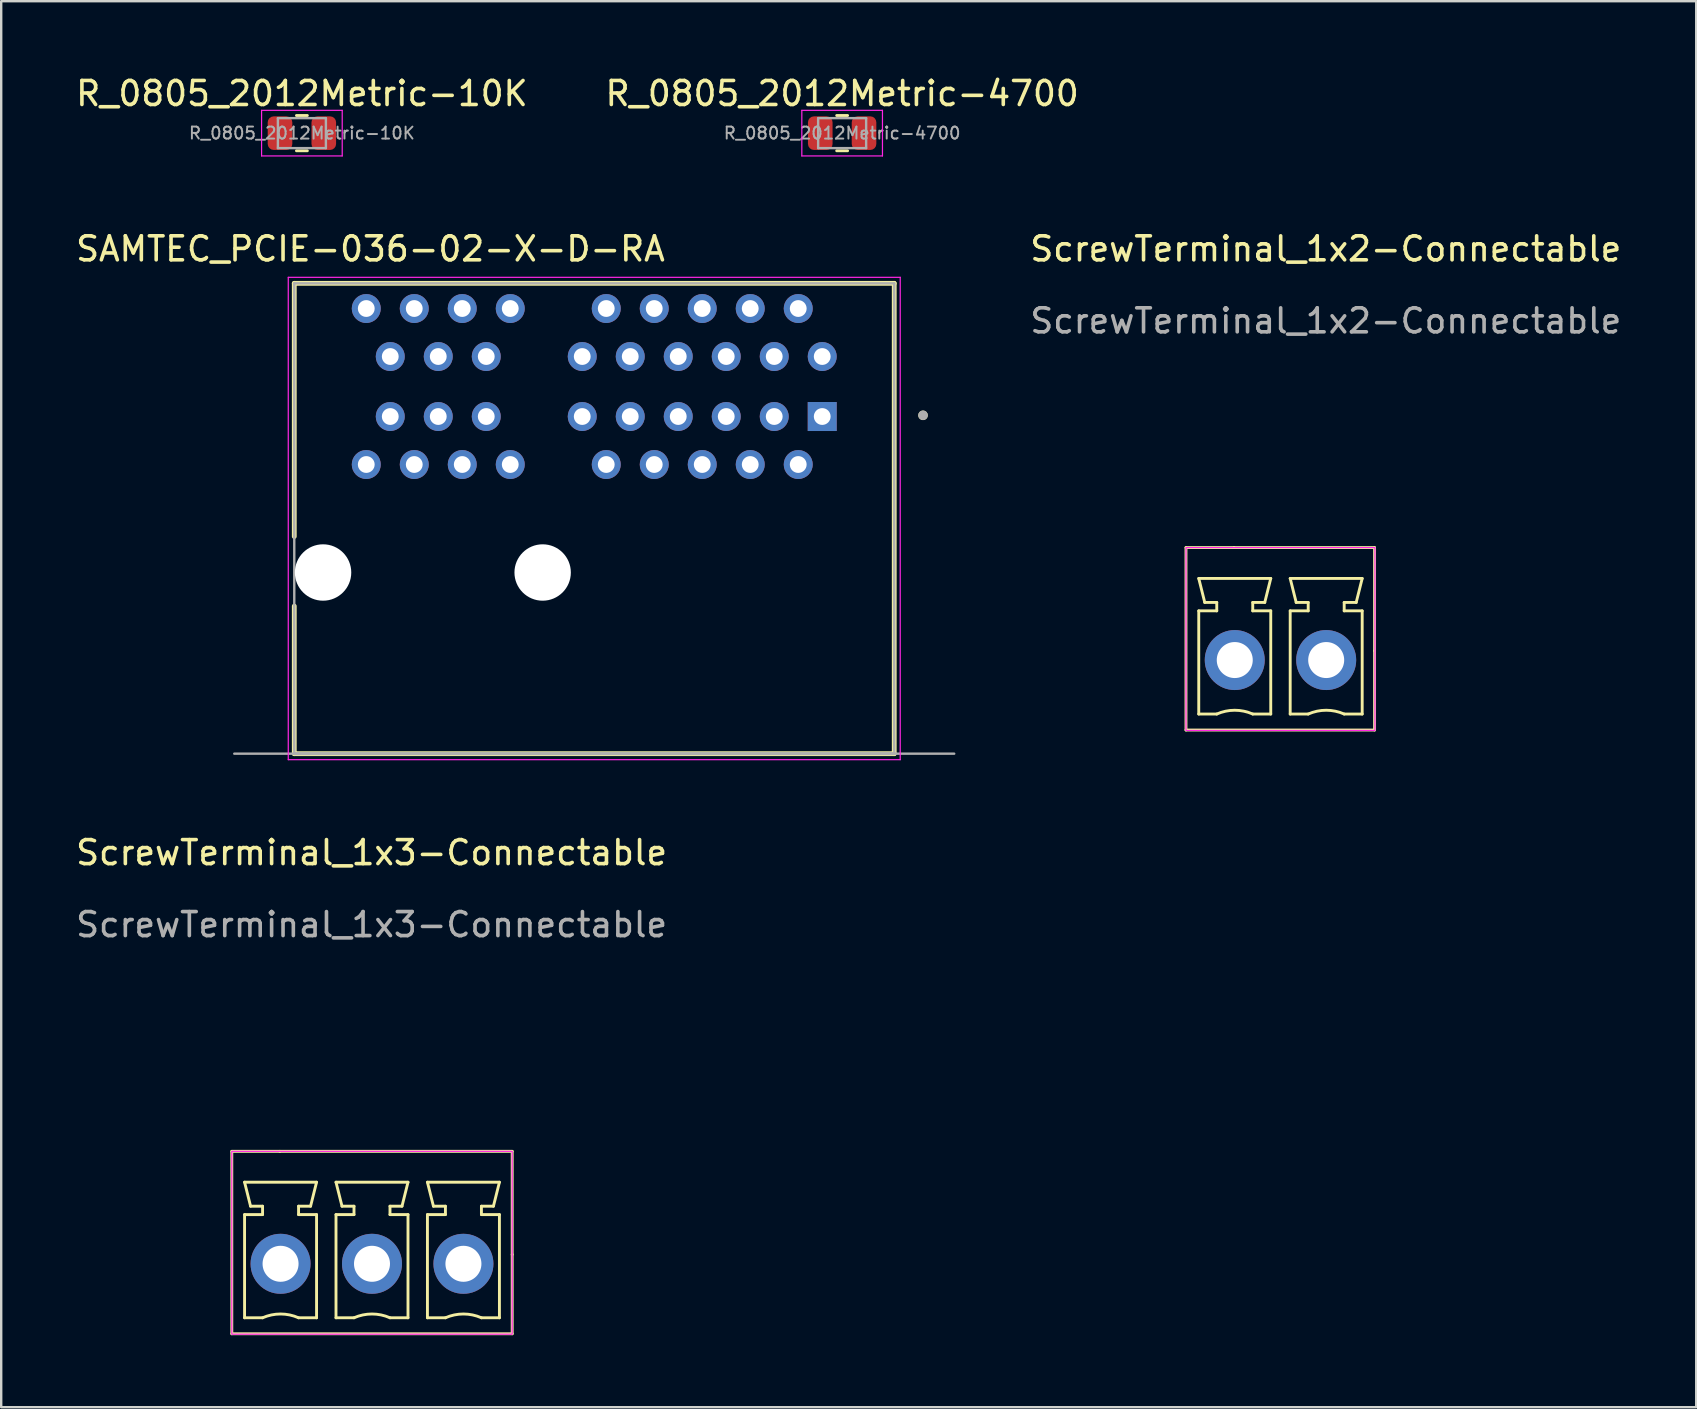
<source format=kicad_pcb>
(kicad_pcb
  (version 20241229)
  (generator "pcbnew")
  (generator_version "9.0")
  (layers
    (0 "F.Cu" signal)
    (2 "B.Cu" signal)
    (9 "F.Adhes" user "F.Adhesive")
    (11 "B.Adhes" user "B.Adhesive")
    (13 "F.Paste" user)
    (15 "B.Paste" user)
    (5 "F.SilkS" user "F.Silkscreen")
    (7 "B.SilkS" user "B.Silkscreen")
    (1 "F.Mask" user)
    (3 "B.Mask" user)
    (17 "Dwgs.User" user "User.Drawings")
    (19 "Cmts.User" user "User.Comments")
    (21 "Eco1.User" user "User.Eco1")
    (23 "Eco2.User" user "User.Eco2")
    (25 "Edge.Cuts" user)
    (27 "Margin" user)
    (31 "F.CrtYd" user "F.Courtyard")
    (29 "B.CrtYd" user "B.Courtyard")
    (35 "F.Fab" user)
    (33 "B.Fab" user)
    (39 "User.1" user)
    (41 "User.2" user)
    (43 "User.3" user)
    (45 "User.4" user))
  (footprint "ScrewTerminal_1x2-Connectable"
    (layer "F.Cu")
    (at 52.196 24.34)
    (property "Reference" "ScrewTerminal_1x2-Connectable" (at 0 -17.018 0) (unlocked yes) (layer "F.SilkS") (effects (font (size 1 1) (thickness 0.15))))
    (attr through_hole)
    (fp_line (start -5.826 -4.572) (end -5.826 3.03) (stroke (width 0.12) (type solid)) (layer "F.SilkS"))
    (fp_line (start -5.826 3.03) (end 2.032 3.03) (stroke (width 0.12) (type solid)) (layer "F.SilkS"))
    (fp_line (start -5.294 -3.286) (end -2.294 -3.286) (stroke (width 0.12) (type solid)) (layer "F.SilkS"))
    (fp_line (start -5.294 -1.936) (end -4.544 -1.936) (stroke (width 0.12) (type solid)) (layer "F.SilkS"))
    (fp_line (start -5.294 2.364) (end -5.294 -1.936) (stroke (width 0.12) (type solid)) (layer "F.SilkS"))
    (fp_line (start -5.044 -2.286) (end -5.294 -3.286) (stroke (width 0.12) (type solid)) (layer "F.SilkS"))
    (fp_line (start -4.544 -2.286) (end -5.044 -2.286) (stroke (width 0.12) (type solid)) (layer "F.SilkS"))
    (fp_line (start -4.544 -1.936) (end -4.544 -2.286) (stroke (width 0.12) (type solid)) (layer "F.SilkS"))
    (fp_line (start -4.544 2.364) (end -5.294 2.364) (stroke (width 0.12) (type solid)) (layer "F.SilkS"))
    (fp_line (start -3.826 -4.572) (end -5.826 -4.572) (stroke (width 0.12) (type solid)) (layer "F.SilkS"))
    (fp_line (start -3.044 -2.286) (end -3.044 -1.936) (stroke (width 0.12) (type solid)) (layer "F.SilkS"))
    (fp_line (start -3.044 -1.936) (end -2.294 -1.936) (stroke (width 0.12) (type solid)) (layer "F.SilkS"))
    (fp_line (start -2.544 -2.286) (end -3.044 -2.286) (stroke (width 0.12) (type solid)) (layer "F.SilkS"))
    (fp_line (start -2.294 -3.286) (end -2.544 -2.286) (stroke (width 0.12) (type solid)) (layer "F.SilkS"))
    (fp_line (start -2.294 -1.936) (end -2.294 2.364) (stroke (width 0.12) (type solid)) (layer "F.SilkS"))
    (fp_line (start -2.294 2.364) (end -3.044 2.364) (stroke (width 0.12) (type solid)) (layer "F.SilkS"))
    (fp_line (start -1.484 -3.286) (end 1.516 -3.286) (stroke (width 0.12) (type solid)) (layer "F.SilkS"))
    (fp_line (start -1.484 -1.936) (end -0.734 -1.936) (stroke (width 0.12) (type solid)) (layer "F.SilkS"))
    (fp_line (start -1.484 2.364) (end -1.484 -1.936) (stroke (width 0.12) (type solid)) (layer "F.SilkS"))
    (fp_line (start -1.234 -2.286) (end -1.484 -3.286) (stroke (width 0.12) (type solid)) (layer "F.SilkS"))
    (fp_line (start -0.734 -2.286) (end -1.234 -2.286) (stroke (width 0.12) (type solid)) (layer "F.SilkS"))
    (fp_line (start -0.734 -1.936) (end -0.734 -2.286) (stroke (width 0.12) (type solid)) (layer "F.SilkS"))
    (fp_line (start -0.734 2.364) (end -1.484 2.364) (stroke (width 0.12) (type solid)) (layer "F.SilkS"))
    (fp_line (start 0.766 -2.286) (end 0.766 -1.936) (stroke (width 0.12) (type solid)) (layer "F.SilkS"))
    (fp_line (start 0.766 -1.936) (end 1.516 -1.936) (stroke (width 0.12) (type solid)) (layer "F.SilkS"))
    (fp_line (start 1.266 -2.286) (end 0.766 -2.286) (stroke (width 0.12) (type solid)) (layer "F.SilkS"))
    (fp_line (start 1.516 -3.286) (end 1.266 -2.286) (stroke (width 0.12) (type solid)) (layer "F.SilkS"))
    (fp_line (start 1.516 -1.936) (end 1.516 2.364) (stroke (width 0.12) (type solid)) (layer "F.SilkS"))
    (fp_line (start 1.516 2.364) (end 0.766 2.364) (stroke (width 0.12) (type solid)) (layer "F.SilkS"))
    (fp_line (start 2.032 -4.572) (end -3.826 -4.572) (stroke (width 0.12) (type solid)) (layer "F.SilkS"))
    (fp_line (start 2.032 -0.272) (end 2.032 -4.572) (stroke (width 0.12) (type solid)) (layer "F.SilkS"))
    (fp_line (start 2.032 3.03) (end 2.032 -0.272) (stroke (width 0.12) (type solid)) (layer "F.SilkS"))
    (fp_arc (start -4.544 2.363994) (mid -3.794193 2.205904) (end -3.044353 2.363838) (stroke (width 0.12) (type solid)) (layer "F.SilkS"))
    (fp_arc (start -0.734 2.363994) (mid 0.015807 2.205904) (end 0.765647 2.363838) (stroke (width 0.12) (type solid)) (layer "F.SilkS"))
    (fp_rect (start -5.826 -4.572) (end 2.048 3.048) (stroke (width 0.05) (type solid)) (fill no) (layer "F.CrtYd"))
    (fp_text user "${REFERENCE}" (at 0 -14.018 0) (unlocked yes) (layer "F.Fab") (effects (font (size 1 1) (thickness 0.15))))
    (pad "1" thru_hole circle (at -3.794 0.114) (size 2.5 2.5) (drill 1.5) (layers "*.Cu" "*.Mask"))
    (pad "2" thru_hole circle (at 0.016 0.114) (size 2.5 2.5) (drill 1.5) (layers "*.Cu" "*.Mask")))
  (footprint "SAMTEC_PCIE-036-02-X-D-RA"
    (layer "F.Cu")
    (at 21.712 18.556)
    (property "Reference" "SAMTEC_PCIE-036-02-X-D-RA" (at -9.325 -11.235 0) (layer "F.SilkS") (effects (font (size 1 1) (thickness 0.15))))
    (attr through_hole)
    (fp_line (start -12.5 -9.8) (end 12.5 -9.8) (stroke (width 0.2) (type solid)) (layer "F.SilkS"))
    (fp_line (start -12.5 0.75) (end -12.5 -9.8) (stroke (width 0.2) (type solid)) (layer "F.SilkS"))
    (fp_line (start -12.5 9.8) (end -12.5 3.65) (stroke (width 0.2) (type solid)) (layer "F.SilkS"))
    (fp_line (start 12.5 -9.8) (end 12.5 9.8) (stroke (width 0.2) (type solid)) (layer "F.SilkS"))
    (fp_line (start 12.5 9.8) (end -12.5 9.8) (stroke (width 0.2) (type solid)) (layer "F.SilkS"))
    (fp_circle (center 13.7 -4.3) (end 13.8 -4.3) (stroke (width 0.2) (type solid)) (fill no) (layer "F.SilkS"))
    (fp_line (start -12.75 -10.05) (end 12.75 -10.05) (stroke (width 0.05) (type solid)) (layer "F.CrtYd"))
    (fp_line (start -12.75 10.05) (end -12.75 -10.05) (stroke (width 0.05) (type solid)) (layer "F.CrtYd"))
    (fp_line (start 12.75 -10.05) (end 12.75 10.05) (stroke (width 0.05) (type solid)) (layer "F.CrtYd"))
    (fp_line (start 12.75 10.05) (end -12.75 10.05) (stroke (width 0.05) (type solid)) (layer "F.CrtYd"))
    (fp_line (start -15 9.8) (end 15 9.8) (stroke (width 0.1) (type solid)) (layer "F.Fab"))
    (fp_line (start -12.5 -9.8) (end 12.5 -9.8) (stroke (width 0.1) (type solid)) (layer "F.Fab"))
    (fp_line (start -12.5 9.8) (end -12.5 -9.8) (stroke (width 0.1) (type solid)) (layer "F.Fab"))
    (fp_line (start 12.5 -9.8) (end 12.5 9.8) (stroke (width 0.1) (type solid)) (layer "F.Fab"))
    (fp_line (start 12.5 9.8) (end -12.5 9.8) (stroke (width 0.127) (type solid)) (layer "F.Fab"))
    (fp_circle (center 13.7 -4.3) (end 13.8 -4.3) (stroke (width 0.2) (type solid)) (fill no) (layer "F.Fab"))
    (pad "" np_thru_hole circle (at -11.3 2.25) (size 2.35 2.35) (drill 2.35) (layers "*.Cu" "*.Mask"))
    (pad "" np_thru_hole circle (at -2.15 2.25) (size 2.35 2.35) (drill 2.35) (layers "*.Cu" "*.Mask"))
    (pad "A1" thru_hole rect (at 9.5 -4.25) (size 1.208 1.208) (drill 0.7) (layers "*.Cu" "*.Mask"))
    (pad "A2" thru_hole circle (at 8.5 -2.25) (size 1.208 1.208) (drill 0.7) (layers "*.Cu" "*.Mask"))
    (pad "A3" thru_hole circle (at 7.5 -4.25) (size 1.208 1.208) (drill 0.7) (layers "*.Cu" "*.Mask"))
    (pad "A4" thru_hole circle (at 6.5 -2.25) (size 1.208 1.208) (drill 0.7) (layers "*.Cu" "*.Mask"))
    (pad "A5" thru_hole circle (at 5.5 -4.25) (size 1.208 1.208) (drill 0.7) (layers "*.Cu" "*.Mask"))
    (pad "A6" thru_hole circle (at 4.5 -2.25) (size 1.208 1.208) (drill 0.7) (layers "*.Cu" "*.Mask"))
    (pad "A7" thru_hole circle (at 3.5 -4.25) (size 1.208 1.208) (drill 0.7) (layers "*.Cu" "*.Mask"))
    (pad "A8" thru_hole circle (at 2.5 -2.25) (size 1.208 1.208) (drill 0.7) (layers "*.Cu" "*.Mask"))
    (pad "A9" thru_hole circle (at 1.5 -4.25) (size 1.208 1.208) (drill 0.7) (layers "*.Cu" "*.Mask"))
    (pad "A10" thru_hole circle (at 0.5 -2.25) (size 1.208 1.208) (drill 0.7) (layers "*.Cu" "*.Mask"))
    (pad "A11" thru_hole circle (at -0.5 -4.25) (size 1.208 1.208) (drill 0.7) (layers "*.Cu" "*.Mask"))
    (pad "A12" thru_hole circle (at -3.5 -2.25) (size 1.208 1.208) (drill 0.7) (layers "*.Cu" "*.Mask"))
    (pad "A13" thru_hole circle (at -4.5 -4.25) (size 1.208 1.208) (drill 0.7) (layers "*.Cu" "*.Mask"))
    (pad "A14" thru_hole circle (at -5.5 -2.25) (size 1.208 1.208) (drill 0.7) (layers "*.Cu" "*.Mask"))
    (pad "A15" thru_hole circle (at -6.5 -4.25) (size 1.208 1.208) (drill 0.7) (layers "*.Cu" "*.Mask"))
    (pad "A16" thru_hole circle (at -7.5 -2.25) (size 1.208 1.208) (drill 0.7) (layers "*.Cu" "*.Mask"))
    (pad "A17" thru_hole circle (at -8.5 -4.25) (size 1.208 1.208) (drill 0.7) (layers "*.Cu" "*.Mask"))
    (pad "A18" thru_hole circle (at -9.5 -2.25) (size 1.208 1.208) (drill 0.7) (layers "*.Cu" "*.Mask"))
    (pad "B1" thru_hole circle (at 9.5 -6.75) (size 1.208 1.208) (drill 0.7) (layers "*.Cu" "*.Mask"))
    (pad "B2" thru_hole circle (at 8.5 -8.75) (size 1.208 1.208) (drill 0.7) (layers "*.Cu" "*.Mask"))
    (pad "B3" thru_hole circle (at 7.5 -6.75) (size 1.208 1.208) (drill 0.7) (layers "*.Cu" "*.Mask"))
    (pad "B4" thru_hole circle (at 6.5 -8.75) (size 1.208 1.208) (drill 0.7) (layers "*.Cu" "*.Mask"))
    (pad "B5" thru_hole circle (at 5.5 -6.75) (size 1.208 1.208) (drill 0.7) (layers "*.Cu" "*.Mask"))
    (pad "B6" thru_hole circle (at 4.5 -8.75) (size 1.208 1.208) (drill 0.7) (layers "*.Cu" "*.Mask"))
    (pad "B7" thru_hole circle (at 3.5 -6.75) (size 1.208 1.208) (drill 0.7) (layers "*.Cu" "*.Mask"))
    (pad "B8" thru_hole circle (at 2.5 -8.75) (size 1.208 1.208) (drill 0.7) (layers "*.Cu" "*.Mask"))
    (pad "B9" thru_hole circle (at 1.5 -6.75) (size 1.208 1.208) (drill 0.7) (layers "*.Cu" "*.Mask"))
    (pad "B10" thru_hole circle (at 0.5 -8.75) (size 1.208 1.208) (drill 0.7) (layers "*.Cu" "*.Mask"))
    (pad "B11" thru_hole circle (at -0.5 -6.75) (size 1.208 1.208) (drill 0.7) (layers "*.Cu" "*.Mask"))
    (pad "B12" thru_hole circle (at -3.5 -8.75) (size 1.208 1.208) (drill 0.7) (layers "*.Cu" "*.Mask"))
    (pad "B13" thru_hole circle (at -4.5 -6.75) (size 1.208 1.208) (drill 0.7) (layers "*.Cu" "*.Mask"))
    (pad "B14" thru_hole circle (at -5.5 -8.75) (size 1.208 1.208) (drill 0.7) (layers "*.Cu" "*.Mask"))
    (pad "B15" thru_hole circle (at -6.5 -6.75) (size 1.208 1.208) (drill 0.7) (layers "*.Cu" "*.Mask"))
    (pad "B16" thru_hole circle (at -7.5 -8.75) (size 1.208 1.208) (drill 0.7) (layers "*.Cu" "*.Mask"))
    (pad "B17" thru_hole circle (at -8.5 -6.75) (size 1.208 1.208) (drill 0.7) (layers "*.Cu" "*.Mask"))
    (pad "B18" thru_hole circle (at -9.5 -8.75) (size 1.208 1.208) (drill 0.7) (layers "*.Cu" "*.Mask")))
  (footprint "R_0805_2012Metric-10K"
    (layer "F.Cu")
    (at 9.53 2.498)
    (property "Reference" "R_0805_2012Metric-10K" (at 0 -1.65 0) (layer "F.SilkS") (effects (font (size 1 1) (thickness 0.15))))
    (attr smd)
    (fp_line (start -0.227 -0.735) (end 0.227 -0.735) (stroke (width 0.12) (type solid)) (layer "F.SilkS"))
    (fp_line (start -0.227 0.735) (end 0.227 0.735) (stroke (width 0.12) (type solid)) (layer "F.SilkS"))
    (fp_line (start -1.68 -0.95) (end 1.68 -0.95) (stroke (width 0.05) (type solid)) (layer "F.CrtYd"))
    (fp_line (start -1.68 0.95) (end -1.68 -0.95) (stroke (width 0.05) (type solid)) (layer "F.CrtYd"))
    (fp_line (start 1.68 -0.95) (end 1.68 0.95) (stroke (width 0.05) (type solid)) (layer "F.CrtYd"))
    (fp_line (start 1.68 0.95) (end -1.68 0.95) (stroke (width 0.05) (type solid)) (layer "F.CrtYd"))
    (fp_line (start -1 -0.625) (end 1 -0.625) (stroke (width 0.1) (type solid)) (layer "F.Fab"))
    (fp_line (start -1 0.625) (end -1 -0.625) (stroke (width 0.1) (type solid)) (layer "F.Fab"))
    (fp_line (start 1 -0.625) (end 1 0.625) (stroke (width 0.1) (type solid)) (layer "F.Fab"))
    (fp_line (start 1 0.625) (end -1 0.625) (stroke (width 0.1) (type solid)) (layer "F.Fab"))
    (fp_text user "${REFERENCE}" (at 0 0 0) (layer "F.Fab") (effects (font (size 0.5 0.5) (thickness 0.08))))
    (pad "1" smd roundrect (at -0.912 0) (size 1.025 1.4) (layers "F.Cu" "F.Mask" "F.Paste") (roundrect_rratio 0.244))
    (pad "2" smd roundrect (at 0.912 0) (size 1.025 1.4) (layers "F.Cu" "F.Mask" "F.Paste") (roundrect_rratio 0.244)))
  (footprint "R_0805_2012Metric-4700"
    (layer "F.Cu")
    (at 32.042 2.498)
    (property "Reference" "R_0805_2012Metric-4700" (at 0 -1.65 0) (layer "F.SilkS") (effects (font (size 1 1) (thickness 0.15))))
    (attr smd)
    (fp_line (start -0.227 -0.735) (end 0.227 -0.735) (stroke (width 0.12) (type solid)) (layer "F.SilkS"))
    (fp_line (start -0.227 0.735) (end 0.227 0.735) (stroke (width 0.12) (type solid)) (layer "F.SilkS"))
    (fp_line (start -1.68 -0.95) (end 1.68 -0.95) (stroke (width 0.05) (type solid)) (layer "F.CrtYd"))
    (fp_line (start -1.68 0.95) (end -1.68 -0.95) (stroke (width 0.05) (type solid)) (layer "F.CrtYd"))
    (fp_line (start 1.68 -0.95) (end 1.68 0.95) (stroke (width 0.05) (type solid)) (layer "F.CrtYd"))
    (fp_line (start 1.68 0.95) (end -1.68 0.95) (stroke (width 0.05) (type solid)) (layer "F.CrtYd"))
    (fp_line (start -1 -0.625) (end 1 -0.625) (stroke (width 0.1) (type solid)) (layer "F.Fab"))
    (fp_line (start -1 0.625) (end -1 -0.625) (stroke (width 0.1) (type solid)) (layer "F.Fab"))
    (fp_line (start 1 -0.625) (end 1 0.625) (stroke (width 0.1) (type solid)) (layer "F.Fab"))
    (fp_line (start 1 0.625) (end -1 0.625) (stroke (width 0.1) (type solid)) (layer "F.Fab"))
    (fp_text user "${REFERENCE}" (at 0 0 0) (layer "F.Fab") (effects (font (size 0.5 0.5) (thickness 0.08))))
    (pad "1" smd roundrect (at -0.912 0) (size 1.025 1.4) (layers "F.Cu" "F.Mask" "F.Paste") (roundrect_rratio 0.244))
    (pad "2" smd roundrect (at 0.912 0) (size 1.025 1.4) (layers "F.Cu" "F.Mask" "F.Paste") (roundrect_rratio 0.244)))
  (footprint "ScrewTerminal_1x3-Connectable"
    (layer "F.Cu")
    (at 12.435 49.498)
    (property "Reference" "ScrewTerminal_1x3-Connectable" (at 0 -17.018 0) (unlocked yes) (layer "F.SilkS") (effects (font (size 1 1) (thickness 0.15))))
    (attr through_hole)
    (fp_line (start -5.826 -4.572) (end -5.826 3.03) (stroke (width 0.12) (type solid)) (layer "F.SilkS"))
    (fp_line (start -5.826 3.03) (end 5.858 3.03) (stroke (width 0.12) (type solid)) (layer "F.SilkS"))
    (fp_line (start -5.294 -3.286) (end -2.294 -3.286) (stroke (width 0.12) (type solid)) (layer "F.SilkS"))
    (fp_line (start -5.294 -1.936) (end -4.544 -1.936) (stroke (width 0.12) (type solid)) (layer "F.SilkS"))
    (fp_line (start -5.294 2.364) (end -5.294 -1.936) (stroke (width 0.12) (type solid)) (layer "F.SilkS"))
    (fp_line (start -5.044 -2.286) (end -5.294 -3.286) (stroke (width 0.12) (type solid)) (layer "F.SilkS"))
    (fp_line (start -4.544 -2.286) (end -5.044 -2.286) (stroke (width 0.12) (type solid)) (layer "F.SilkS"))
    (fp_line (start -4.544 -1.936) (end -4.544 -2.286) (stroke (width 0.12) (type solid)) (layer "F.SilkS"))
    (fp_line (start -4.544 2.364) (end -5.294 2.364) (stroke (width 0.12) (type solid)) (layer "F.SilkS"))
    (fp_line (start -3.826 -4.572) (end -5.826 -4.572) (stroke (width 0.12) (type solid)) (layer "F.SilkS"))
    (fp_line (start -3.044 -2.286) (end -3.044 -1.936) (stroke (width 0.12) (type solid)) (layer "F.SilkS"))
    (fp_line (start -3.044 -1.936) (end -2.294 -1.936) (stroke (width 0.12) (type solid)) (layer "F.SilkS"))
    (fp_line (start -2.544 -2.286) (end -3.044 -2.286) (stroke (width 0.12) (type solid)) (layer "F.SilkS"))
    (fp_line (start -2.294 -3.286) (end -2.544 -2.286) (stroke (width 0.12) (type solid)) (layer "F.SilkS"))
    (fp_line (start -2.294 -1.936) (end -2.294 2.364) (stroke (width 0.12) (type solid)) (layer "F.SilkS"))
    (fp_line (start -2.294 2.364) (end -3.044 2.364) (stroke (width 0.12) (type solid)) (layer "F.SilkS"))
    (fp_line (start -1.484 -3.286) (end 1.516 -3.286) (stroke (width 0.12) (type solid)) (layer "F.SilkS"))
    (fp_line (start -1.484 -1.936) (end -0.734 -1.936) (stroke (width 0.12) (type solid)) (layer "F.SilkS"))
    (fp_line (start -1.484 2.364) (end -1.484 -1.936) (stroke (width 0.12) (type solid)) (layer "F.SilkS"))
    (fp_line (start -1.234 -2.286) (end -1.484 -3.286) (stroke (width 0.12) (type solid)) (layer "F.SilkS"))
    (fp_line (start -0.734 -2.286) (end -1.234 -2.286) (stroke (width 0.12) (type solid)) (layer "F.SilkS"))
    (fp_line (start -0.734 -1.936) (end -0.734 -2.286) (stroke (width 0.12) (type solid)) (layer "F.SilkS"))
    (fp_line (start -0.734 2.364) (end -1.484 2.364) (stroke (width 0.12) (type solid)) (layer "F.SilkS"))
    (fp_line (start 0.766 -2.286) (end 0.766 -1.936) (stroke (width 0.12) (type solid)) (layer "F.SilkS"))
    (fp_line (start 0.766 -1.936) (end 1.516 -1.936) (stroke (width 0.12) (type solid)) (layer "F.SilkS"))
    (fp_line (start 1.266 -2.286) (end 0.766 -2.286) (stroke (width 0.12) (type solid)) (layer "F.SilkS"))
    (fp_line (start 1.516 -3.286) (end 1.266 -2.286) (stroke (width 0.12) (type solid)) (layer "F.SilkS"))
    (fp_line (start 1.516 -1.936) (end 1.516 2.364) (stroke (width 0.12) (type solid)) (layer "F.SilkS"))
    (fp_line (start 1.516 2.364) (end 0.766 2.364) (stroke (width 0.12) (type solid)) (layer "F.SilkS"))
    (fp_line (start 2.326 -3.286) (end 5.326 -3.286) (stroke (width 0.12) (type solid)) (layer "F.SilkS"))
    (fp_line (start 2.326 -1.936) (end 3.076 -1.936) (stroke (width 0.12) (type solid)) (layer "F.SilkS"))
    (fp_line (start 2.326 2.364) (end 2.326 -1.936) (stroke (width 0.12) (type solid)) (layer "F.SilkS"))
    (fp_line (start 2.576 -2.286) (end 2.326 -3.286) (stroke (width 0.12) (type solid)) (layer "F.SilkS"))
    (fp_line (start 3.076 -2.286) (end 2.576 -2.286) (stroke (width 0.12) (type solid)) (layer "F.SilkS"))
    (fp_line (start 3.076 -1.936) (end 3.076 -2.286) (stroke (width 0.12) (type solid)) (layer "F.SilkS"))
    (fp_line (start 3.076 2.364) (end 2.326 2.364) (stroke (width 0.12) (type solid)) (layer "F.SilkS"))
    (fp_line (start 4.576 -2.286) (end 4.576 -1.936) (stroke (width 0.12) (type solid)) (layer "F.SilkS"))
    (fp_line (start 4.576 -1.936) (end 5.326 -1.936) (stroke (width 0.12) (type solid)) (layer "F.SilkS"))
    (fp_line (start 5.076 -2.286) (end 4.576 -2.286) (stroke (width 0.12) (type solid)) (layer "F.SilkS"))
    (fp_line (start 5.326 -3.286) (end 5.076 -2.286) (stroke (width 0.12) (type solid)) (layer "F.SilkS"))
    (fp_line (start 5.326 -1.936) (end 5.326 2.364) (stroke (width 0.12) (type solid)) (layer "F.SilkS"))
    (fp_line (start 5.326 2.364) (end 4.576 2.364) (stroke (width 0.12) (type solid)) (layer "F.SilkS"))
    (fp_line (start 5.858 -4.572) (end -3.826 -4.572) (stroke (width 0.12) (type solid)) (layer "F.SilkS"))
    (fp_line (start 5.858 -0.272) (end 5.858 -4.572) (stroke (width 0.12) (type solid)) (layer "F.SilkS"))
    (fp_line (start 5.858 3.03) (end 5.858 -0.272) (stroke (width 0.12) (type solid)) (layer "F.SilkS"))
    (fp_arc (start -4.544 2.363994) (mid -3.794193 2.205904) (end -3.044353 2.363838) (stroke (width 0.12) (type solid)) (layer "F.SilkS"))
    (fp_arc (start -0.734 2.363994) (mid 0.015807 2.205904) (end 0.765647 2.363838) (stroke (width 0.12) (type solid)) (layer "F.SilkS"))
    (fp_arc (start 3.076 2.363994) (mid 3.825807 2.205904) (end 4.575647 2.363838) (stroke (width 0.12) (type solid)) (layer "F.SilkS"))
    (fp_rect (start -5.826 -4.572) (end 5.858 3.048) (stroke (width 0.05) (type solid)) (fill no) (layer "F.CrtYd"))
    (fp_text user "${REFERENCE}" (at 0 -14.018 0) (unlocked yes) (layer "F.Fab") (effects (font (size 1 1) (thickness 0.15))))
    (pad "1" thru_hole circle (at -3.794 0.114) (size 2.5 2.5) (drill 1.5) (layers "*.Cu" "*.Mask"))
    (pad "2" thru_hole circle (at 0.016 0.114) (size 2.5 2.5) (drill 1.5) (layers "*.Cu" "*.Mask"))
    (pad "3" thru_hole circle (at 3.826 0.114) (size 2.5 2.5) (drill 1.5) (layers "*.Cu" "*.Mask")))
  (gr_rect
    (start -3 -3)
    (end 67.631 55.588)
    (stroke (width 0.1) (type default))
    (fill no)
    (layer "Edge.Cuts")))
</source>
